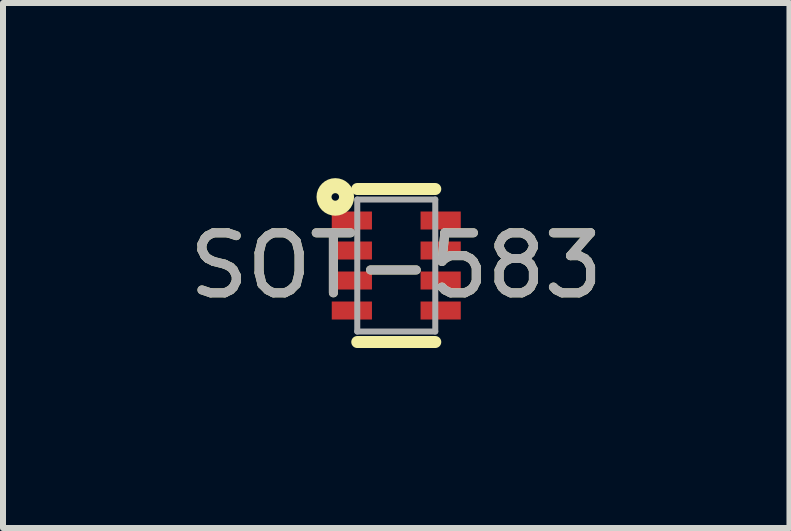
<source format=kicad_pcb>
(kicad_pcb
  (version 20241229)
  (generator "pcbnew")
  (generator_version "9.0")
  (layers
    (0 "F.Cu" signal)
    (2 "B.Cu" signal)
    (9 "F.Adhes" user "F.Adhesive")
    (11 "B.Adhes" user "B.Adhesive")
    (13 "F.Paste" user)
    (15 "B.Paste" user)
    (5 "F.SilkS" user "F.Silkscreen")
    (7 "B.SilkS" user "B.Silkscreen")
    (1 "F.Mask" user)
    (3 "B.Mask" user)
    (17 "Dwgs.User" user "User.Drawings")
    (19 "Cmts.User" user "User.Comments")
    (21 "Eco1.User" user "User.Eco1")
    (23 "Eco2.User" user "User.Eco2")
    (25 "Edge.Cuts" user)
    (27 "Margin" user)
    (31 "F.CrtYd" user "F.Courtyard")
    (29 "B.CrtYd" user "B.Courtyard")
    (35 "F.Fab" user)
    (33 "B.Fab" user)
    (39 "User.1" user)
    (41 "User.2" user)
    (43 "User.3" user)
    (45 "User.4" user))
  (footprint "SOT-583"
    (layer "F.Cu")
    (at 3.554 1.375)
    (property "Reference" "SOT-583" (at 0 0 0) (unlocked yes) (layer "F.SilkS") (effects (font (size 1 1) (thickness 0.15))))
    (attr smd)
    (fp_line (start -0.65 -1.275) (end 0.65 -1.275) (stroke (width 0.2) (type solid)) (layer "F.SilkS"))
    (fp_line (start -0.65 1.275) (end 0.65 1.275) (stroke (width 0.2) (type solid)) (layer "F.SilkS"))
    (fp_circle (center -1.016 -1.143) (end -0.953 -1.143) (stroke (width 0.25) (type solid)) (fill no) (layer "F.SilkS"))
    (fp_line (start -0.65 -1.1) (end 0.65 -1.1) (stroke (width 0.1) (type solid)) (layer "F.Fab"))
    (fp_line (start -0.65 1.1) (end -0.65 -1.1) (stroke (width 0.1) (type solid)) (layer "F.Fab"))
    (fp_line (start -0.65 1.1) (end 0.65 1.1) (stroke (width 0.1) (type solid)) (layer "F.Fab"))
    (fp_line (start 0.65 1.1) (end 0.65 -1.1) (stroke (width 0.1) (type solid)) (layer "F.Fab"))
    (fp_text user "${REFERENCE}" (at 0 0 0) (unlocked yes) (layer "F.Fab") (effects (font (size 1 1) (thickness 0.15))))
    (pad "1" smd rect (at -0.74 -0.75) (size 0.67 0.3) (layers "F.Cu" "F.Mask" "F.Paste"))
    (pad "2" smd rect (at -0.74 -0.25) (size 0.67 0.3) (layers "F.Cu" "F.Mask" "F.Paste"))
    (pad "3" smd rect (at -0.74 0.25) (size 0.67 0.3) (layers "F.Cu" "F.Mask" "F.Paste"))
    (pad "4" smd rect (at -0.74 0.75) (size 0.67 0.3) (layers "F.Cu" "F.Mask" "F.Paste"))
    (pad "5" smd rect (at 0.74 0.75) (size 0.67 0.3) (layers "F.Cu" "F.Mask" "F.Paste"))
    (pad "6" smd rect (at 0.74 0.25) (size 0.67 0.3) (layers "F.Cu" "F.Mask" "F.Paste"))
    (pad "7" smd rect (at 0.74 -0.25) (size 0.67 0.3) (layers "F.Cu" "F.Mask" "F.Paste"))
    (pad "8" smd rect (at 0.74 -0.75) (size 0.67 0.3) (layers "F.Cu" "F.Mask" "F.Paste")))
  (gr_rect
    (start -3 -3)
    (end 10.107 5.75)
    (stroke (width 0.1) (type default))
    (fill no)
    (layer "Edge.Cuts")))
</source>
